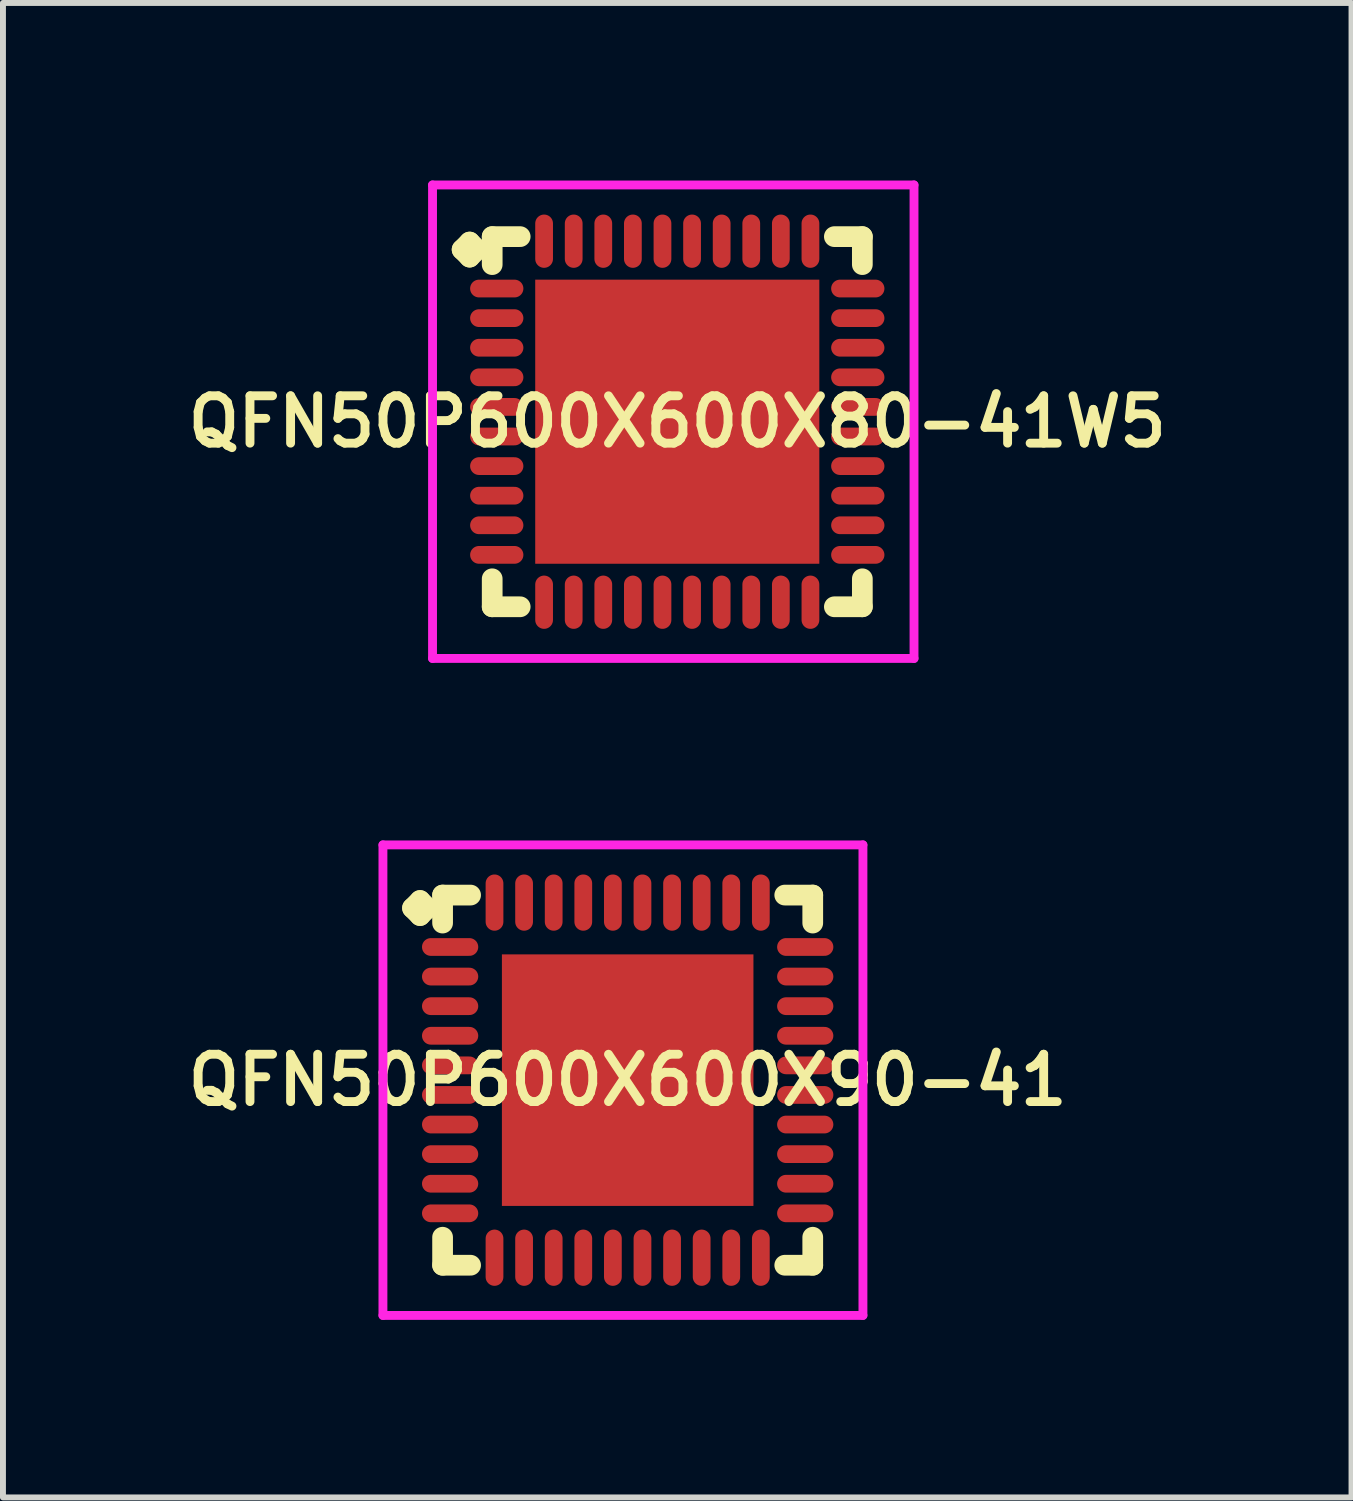
<source format=kicad_pcb>
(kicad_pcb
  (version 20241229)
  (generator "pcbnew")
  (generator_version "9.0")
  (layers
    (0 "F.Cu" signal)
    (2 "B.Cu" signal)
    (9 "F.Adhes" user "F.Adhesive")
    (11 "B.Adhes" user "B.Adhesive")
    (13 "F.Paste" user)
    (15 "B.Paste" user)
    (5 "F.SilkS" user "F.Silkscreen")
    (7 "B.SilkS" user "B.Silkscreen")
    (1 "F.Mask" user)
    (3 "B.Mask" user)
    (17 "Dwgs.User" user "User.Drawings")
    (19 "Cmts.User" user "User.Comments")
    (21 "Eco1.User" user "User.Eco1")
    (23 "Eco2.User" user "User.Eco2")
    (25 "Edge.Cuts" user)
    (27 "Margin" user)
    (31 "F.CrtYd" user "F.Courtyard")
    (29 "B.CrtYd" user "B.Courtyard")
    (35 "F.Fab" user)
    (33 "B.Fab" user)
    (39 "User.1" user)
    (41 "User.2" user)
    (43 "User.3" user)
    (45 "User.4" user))
  (footprint "QFN50P600X600X80-41W5"
    (layer "F.Cu")
    (at 8.393 4.075)
    (property "Reference" "QFN50P600X600X80-41W5" (at 0 0 0) (layer "F.SilkS") (effects (font (size 0.8 0.8) (thickness 0.15))))
    (attr smd)
    (fp_line (start -3.635 -2.908) (end -3.508 -3.035) (stroke (width 0.35) (type solid)) (layer "F.SilkS"))
    (fp_line (start -3.508 -3.035) (end -3.381 -2.908) (stroke (width 0.35) (type solid)) (layer "F.SilkS"))
    (fp_line (start -3.508 -2.781) (end -3.635 -2.908) (stroke (width 0.35) (type solid)) (layer "F.SilkS"))
    (fp_line (start -3.381 -2.908) (end -3.508 -2.781) (stroke (width 0.35) (type solid)) (layer "F.SilkS"))
    (fp_line (start -3.127 -3.127) (end -2.654 -3.127) (stroke (width 0.35) (type solid)) (layer "F.SilkS"))
    (fp_line (start -3.127 -2.654) (end -3.127 -3.127) (stroke (width 0.35) (type solid)) (layer "F.SilkS"))
    (fp_line (start -3.127 2.654) (end -3.127 3.127) (stroke (width 0.35) (type solid)) (layer "F.SilkS"))
    (fp_line (start -3.127 3.127) (end -2.654 3.127) (stroke (width 0.35) (type solid)) (layer "F.SilkS"))
    (fp_line (start 2.654 -3.127) (end 3.127 -3.127) (stroke (width 0.35) (type solid)) (layer "F.SilkS"))
    (fp_line (start 2.654 3.127) (end 3.127 3.127) (stroke (width 0.35) (type solid)) (layer "F.SilkS"))
    (fp_line (start 3.127 -3.127) (end 3.127 -2.654) (stroke (width 0.35) (type solid)) (layer "F.SilkS"))
    (fp_line (start 3.127 3.127) (end 3.127 2.654) (stroke (width 0.35) (type solid)) (layer "F.SilkS"))
    (fp_line (start -4.135 -4) (end 4 -4) (stroke (width 0.15) (type solid)) (layer "F.CrtYd"))
    (fp_line (start -4.135 4) (end -4.135 -4) (stroke (width 0.15) (type solid)) (layer "F.CrtYd"))
    (fp_line (start 4 -4) (end 4 4) (stroke (width 0.15) (type solid)) (layer "F.CrtYd"))
    (fp_line (start 4 4) (end -4.135 4) (stroke (width 0.15) (type solid)) (layer "F.CrtYd"))
    (pad "1" smd oval (at -3.05 -2.25) (size 0.9 0.3) (layers "F.Cu" "F.Mask" "F.Paste"))
    (pad "2" smd oval (at -3.05 -1.75) (size 0.9 0.3) (layers "F.Cu" "F.Mask" "F.Paste"))
    (pad "3" smd oval (at -3.05 -1.25) (size 0.9 0.3) (layers "F.Cu" "F.Mask" "F.Paste"))
    (pad "4" smd oval (at -3.05 -0.75) (size 0.9 0.3) (layers "F.Cu" "F.Mask" "F.Paste"))
    (pad "5" smd oval (at -3.05 -0.25) (size 0.9 0.3) (layers "F.Cu" "F.Mask" "F.Paste"))
    (pad "6" smd oval (at -3.05 0.25) (size 0.9 0.3) (layers "F.Cu" "F.Mask" "F.Paste"))
    (pad "7" smd oval (at -3.05 0.75) (size 0.9 0.3) (layers "F.Cu" "F.Mask" "F.Paste"))
    (pad "8" smd oval (at -3.05 1.25) (size 0.9 0.3) (layers "F.Cu" "F.Mask" "F.Paste"))
    (pad "9" smd oval (at -3.05 1.75) (size 0.9 0.3) (layers "F.Cu" "F.Mask" "F.Paste"))
    (pad "10" smd oval (at -3.05 2.25) (size 0.9 0.3) (layers "F.Cu" "F.Mask" "F.Paste"))
    (pad "11" smd oval (at -2.25 3.05) (size 0.3 0.9) (layers "F.Cu" "F.Mask" "F.Paste"))
    (pad "12" smd oval (at -1.75 3.05) (size 0.3 0.9) (layers "F.Cu" "F.Mask" "F.Paste"))
    (pad "13" smd oval (at -1.25 3.05) (size 0.3 0.9) (layers "F.Cu" "F.Mask" "F.Paste"))
    (pad "14" smd oval (at -0.75 3.05) (size 0.3 0.9) (layers "F.Cu" "F.Mask" "F.Paste"))
    (pad "15" smd oval (at -0.25 3.05) (size 0.3 0.9) (layers "F.Cu" "F.Mask" "F.Paste"))
    (pad "16" smd oval (at 0.25 3.05) (size 0.3 0.9) (layers "F.Cu" "F.Mask" "F.Paste"))
    (pad "17" smd oval (at 0.75 3.05) (size 0.3 0.9) (layers "F.Cu" "F.Mask" "F.Paste"))
    (pad "18" smd oval (at 1.25 3.05) (size 0.3 0.9) (layers "F.Cu" "F.Mask" "F.Paste"))
    (pad "19" smd oval (at 1.75 3.05) (size 0.3 0.9) (layers "F.Cu" "F.Mask" "F.Paste"))
    (pad "20" smd oval (at 2.25 3.05) (size 0.3 0.9) (layers "F.Cu" "F.Mask" "F.Paste"))
    (pad "21" smd oval (at 3.05 2.25) (size 0.9 0.3) (layers "F.Cu" "F.Mask" "F.Paste"))
    (pad "22" smd oval (at 3.05 1.75) (size 0.9 0.3) (layers "F.Cu" "F.Mask" "F.Paste"))
    (pad "23" smd oval (at 3.05 1.25) (size 0.9 0.3) (layers "F.Cu" "F.Mask" "F.Paste"))
    (pad "24" smd oval (at 3.05 0.75) (size 0.9 0.3) (layers "F.Cu" "F.Mask" "F.Paste"))
    (pad "25" smd oval (at 3.05 0.25) (size 0.9 0.3) (layers "F.Cu" "F.Mask" "F.Paste"))
    (pad "26" smd oval (at 3.05 -0.25) (size 0.9 0.3) (layers "F.Cu" "F.Mask" "F.Paste"))
    (pad "27" smd oval (at 3.05 -0.75) (size 0.9 0.3) (layers "F.Cu" "F.Mask" "F.Paste"))
    (pad "28" smd oval (at 3.05 -1.25) (size 0.9 0.3) (layers "F.Cu" "F.Mask" "F.Paste"))
    (pad "29" smd oval (at 3.05 -1.75) (size 0.9 0.3) (layers "F.Cu" "F.Mask" "F.Paste"))
    (pad "30" smd oval (at 3.05 -2.25) (size 0.9 0.3) (layers "F.Cu" "F.Mask" "F.Paste"))
    (pad "31" smd oval (at 2.25 -3.05) (size 0.3 0.9) (layers "F.Cu" "F.Mask" "F.Paste"))
    (pad "32" smd oval (at 1.75 -3.05) (size 0.3 0.9) (layers "F.Cu" "F.Mask" "F.Paste"))
    (pad "33" smd oval (at 1.25 -3.05) (size 0.3 0.9) (layers "F.Cu" "F.Mask" "F.Paste"))
    (pad "34" smd oval (at 0.75 -3.05) (size 0.3 0.9) (layers "F.Cu" "F.Mask" "F.Paste"))
    (pad "35" smd oval (at 0.25 -3.05) (size 0.3 0.9) (layers "F.Cu" "F.Mask" "F.Paste"))
    (pad "36" smd oval (at -0.25 -3.05) (size 0.3 0.9) (layers "F.Cu" "F.Mask" "F.Paste"))
    (pad "37" smd oval (at -0.75 -3.05) (size 0.3 0.9) (layers "F.Cu" "F.Mask" "F.Paste"))
    (pad "38" smd oval (at -1.25 -3.05) (size 0.3 0.9) (layers "F.Cu" "F.Mask" "F.Paste"))
    (pad "39" smd oval (at -1.75 -3.05) (size 0.3 0.9) (layers "F.Cu" "F.Mask" "F.Paste"))
    (pad "40" smd oval (at -2.25 -3.05) (size 0.3 0.9) (layers "F.Cu" "F.Mask" "F.Paste"))
    (pad "41" smd rect (at 0 0) (size 4.8 4.8) (layers "F.Cu" "F.Mask" "F.Paste")))
  (footprint "QFN50P600X600X90-41"
    (layer "F.Cu")
    (at 7.555 15.2)
    (property "Reference" "QFN50P600X600X90-41" (at 0 0 0) (layer "F.SilkS") (effects (font (size 0.8 0.8) (thickness 0.15))))
    (attr smd)
    (fp_line (start -3.635 -2.908) (end -3.508 -3.035) (stroke (width 0.35) (type solid)) (layer "F.SilkS"))
    (fp_line (start -3.508 -3.035) (end -3.381 -2.908) (stroke (width 0.35) (type solid)) (layer "F.SilkS"))
    (fp_line (start -3.508 -2.781) (end -3.635 -2.908) (stroke (width 0.35) (type solid)) (layer "F.SilkS"))
    (fp_line (start -3.381 -2.908) (end -3.508 -2.781) (stroke (width 0.35) (type solid)) (layer "F.SilkS"))
    (fp_line (start -3.127 -3.127) (end -2.654 -3.127) (stroke (width 0.35) (type solid)) (layer "F.SilkS"))
    (fp_line (start -3.127 -2.654) (end -3.127 -3.127) (stroke (width 0.35) (type solid)) (layer "F.SilkS"))
    (fp_line (start -3.127 2.654) (end -3.127 3.127) (stroke (width 0.35) (type solid)) (layer "F.SilkS"))
    (fp_line (start -3.127 3.127) (end -2.654 3.127) (stroke (width 0.35) (type solid)) (layer "F.SilkS"))
    (fp_line (start 2.654 -3.127) (end 3.127 -3.127) (stroke (width 0.35) (type solid)) (layer "F.SilkS"))
    (fp_line (start 2.654 3.127) (end 3.127 3.127) (stroke (width 0.35) (type solid)) (layer "F.SilkS"))
    (fp_line (start 3.127 -3.127) (end 3.127 -2.654) (stroke (width 0.35) (type solid)) (layer "F.SilkS"))
    (fp_line (start 3.127 3.127) (end 3.127 2.654) (stroke (width 0.35) (type solid)) (layer "F.SilkS"))
    (fp_line (start -4.135 -3.975) (end 3.975 -3.975) (stroke (width 0.15) (type solid)) (layer "F.CrtYd"))
    (fp_line (start -4.135 3.975) (end -4.135 -3.975) (stroke (width 0.15) (type solid)) (layer "F.CrtYd"))
    (fp_line (start 3.975 -3.975) (end 3.975 3.975) (stroke (width 0.15) (type solid)) (layer "F.CrtYd"))
    (fp_line (start 3.975 3.975) (end -4.135 3.975) (stroke (width 0.15) (type solid)) (layer "F.CrtYd"))
    (pad "1" smd oval (at -3 -2.25) (size 0.95 0.3) (layers "F.Cu" "F.Mask" "F.Paste"))
    (pad "2" smd oval (at -3 -1.75) (size 0.95 0.3) (layers "F.Cu" "F.Mask" "F.Paste"))
    (pad "3" smd oval (at -3 -1.25) (size 0.95 0.3) (layers "F.Cu" "F.Mask" "F.Paste"))
    (pad "4" smd oval (at -3 -0.75) (size 0.95 0.3) (layers "F.Cu" "F.Mask" "F.Paste"))
    (pad "5" smd oval (at -3 -0.25) (size 0.95 0.3) (layers "F.Cu" "F.Mask" "F.Paste"))
    (pad "6" smd oval (at -3 0.25) (size 0.95 0.3) (layers "F.Cu" "F.Mask" "F.Paste"))
    (pad "7" smd oval (at -3 0.75) (size 0.95 0.3) (layers "F.Cu" "F.Mask" "F.Paste"))
    (pad "8" smd oval (at -3 1.25) (size 0.95 0.3) (layers "F.Cu" "F.Mask" "F.Paste"))
    (pad "9" smd oval (at -3 1.75) (size 0.95 0.3) (layers "F.Cu" "F.Mask" "F.Paste"))
    (pad "10" smd oval (at -3 2.25) (size 0.95 0.3) (layers "F.Cu" "F.Mask" "F.Paste"))
    (pad "11" smd oval (at -2.25 3) (size 0.3 0.95) (layers "F.Cu" "F.Mask" "F.Paste"))
    (pad "12" smd oval (at -1.75 3) (size 0.3 0.95) (layers "F.Cu" "F.Mask" "F.Paste"))
    (pad "13" smd oval (at -1.25 3) (size 0.3 0.95) (layers "F.Cu" "F.Mask" "F.Paste"))
    (pad "14" smd oval (at -0.75 3) (size 0.3 0.95) (layers "F.Cu" "F.Mask" "F.Paste"))
    (pad "15" smd oval (at -0.25 3) (size 0.3 0.95) (layers "F.Cu" "F.Mask" "F.Paste"))
    (pad "16" smd oval (at 0.25 3) (size 0.3 0.95) (layers "F.Cu" "F.Mask" "F.Paste"))
    (pad "17" smd oval (at 0.75 3) (size 0.3 0.95) (layers "F.Cu" "F.Mask" "F.Paste"))
    (pad "18" smd oval (at 1.25 3) (size 0.3 0.95) (layers "F.Cu" "F.Mask" "F.Paste"))
    (pad "19" smd oval (at 1.75 3) (size 0.3 0.95) (layers "F.Cu" "F.Mask" "F.Paste"))
    (pad "20" smd oval (at 2.25 3) (size 0.3 0.95) (layers "F.Cu" "F.Mask" "F.Paste"))
    (pad "21" smd oval (at 3 2.25) (size 0.95 0.3) (layers "F.Cu" "F.Mask" "F.Paste"))
    (pad "22" smd oval (at 3 1.75) (size 0.95 0.3) (layers "F.Cu" "F.Mask" "F.Paste"))
    (pad "23" smd oval (at 3 1.25) (size 0.95 0.3) (layers "F.Cu" "F.Mask" "F.Paste"))
    (pad "24" smd oval (at 3 0.75) (size 0.95 0.3) (layers "F.Cu" "F.Mask" "F.Paste"))
    (pad "25" smd oval (at 3 0.25) (size 0.95 0.3) (layers "F.Cu" "F.Mask" "F.Paste"))
    (pad "26" smd oval (at 3 -0.25) (size 0.95 0.3) (layers "F.Cu" "F.Mask" "F.Paste"))
    (pad "27" smd oval (at 3 -0.75) (size 0.95 0.3) (layers "F.Cu" "F.Mask" "F.Paste"))
    (pad "28" smd oval (at 3 -1.25) (size 0.95 0.3) (layers "F.Cu" "F.Mask" "F.Paste"))
    (pad "29" smd oval (at 3 -1.75) (size 0.95 0.3) (layers "F.Cu" "F.Mask" "F.Paste"))
    (pad "30" smd oval (at 3 -2.25) (size 0.95 0.3) (layers "F.Cu" "F.Mask" "F.Paste"))
    (pad "31" smd oval (at 2.25 -3) (size 0.3 0.95) (layers "F.Cu" "F.Mask" "F.Paste"))
    (pad "32" smd oval (at 1.75 -3) (size 0.3 0.95) (layers "F.Cu" "F.Mask" "F.Paste"))
    (pad "33" smd oval (at 1.25 -3) (size 0.3 0.95) (layers "F.Cu" "F.Mask" "F.Paste"))
    (pad "34" smd oval (at 0.75 -3) (size 0.3 0.95) (layers "F.Cu" "F.Mask" "F.Paste"))
    (pad "35" smd oval (at 0.25 -3) (size 0.3 0.95) (layers "F.Cu" "F.Mask" "F.Paste"))
    (pad "36" smd oval (at -0.25 -3) (size 0.3 0.95) (layers "F.Cu" "F.Mask" "F.Paste"))
    (pad "37" smd oval (at -0.75 -3) (size 0.3 0.95) (layers "F.Cu" "F.Mask" "F.Paste"))
    (pad "38" smd oval (at -1.25 -3) (size 0.3 0.95) (layers "F.Cu" "F.Mask" "F.Paste"))
    (pad "39" smd oval (at -1.75 -3) (size 0.3 0.95) (layers "F.Cu" "F.Mask" "F.Paste"))
    (pad "40" smd oval (at -2.25 -3) (size 0.3 0.95) (layers "F.Cu" "F.Mask" "F.Paste"))
    (pad "41" smd rect (at 0 0) (size 4.25 4.25) (layers "F.Cu" "F.Mask" "F.Paste")))
  (gr_rect
    (start -3 -3)
    (end 19.785 22.25)
    (stroke (width 0.1) (type default))
    (fill no)
    (layer "Edge.Cuts")))
</source>
